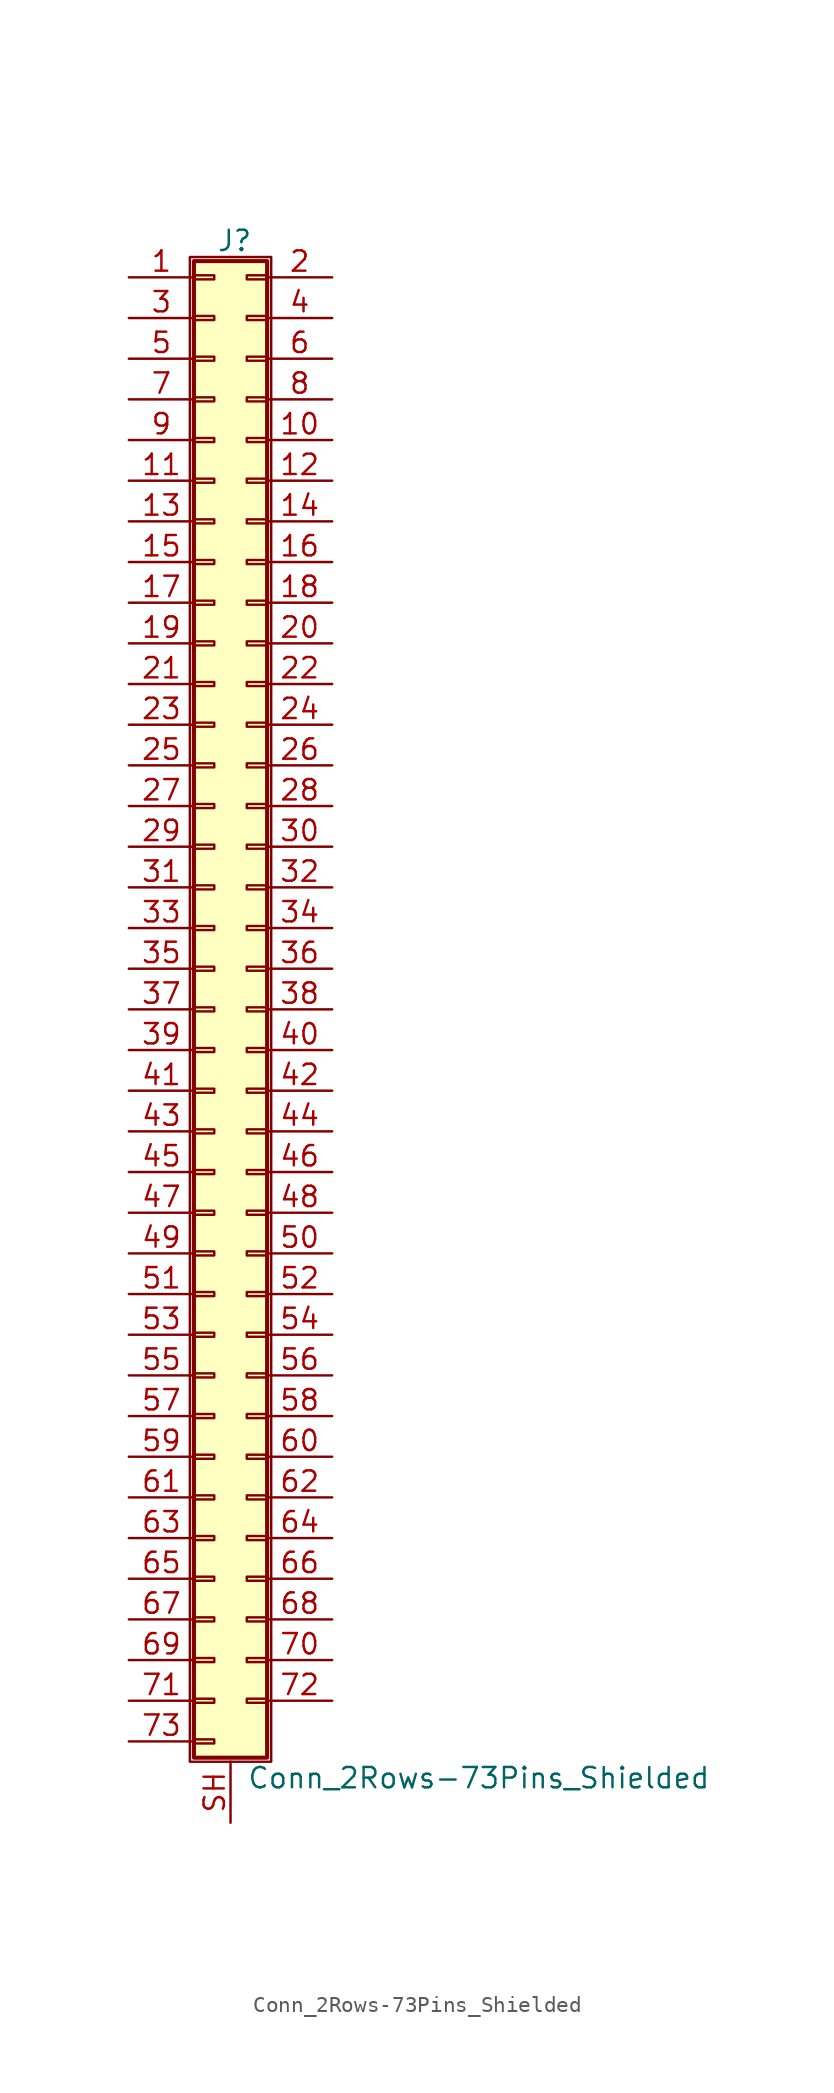
<source format=kicad_sym>
(kicad_symbol_lib
  (version 20201005)
  (generator kicad_symbol_editor)
  (symbol "Connector_Generic_Shielded:Conn_2Rows-73Pins_Shielded"
    (pin_names
      (offset 1.016) hide)
    (property "Reference" "J"
      (at 1.524 48.006 0)
      (effects (font (size 1.27 1.27))))
    (property "Value" "Conn_2Rows-73Pins_Shielded"
      (at 2.286 -48.006 0)
      (effects (font (size 1.27 1.27)) (justify left)))
    (symbol "Conn_2Rows-73Pins_Shielded_1_1"
      (rectangle (start -1.016 -27.813) (end 0.254 -28.067) (stroke (width 0.152)) (fill (type none)))
      (rectangle (start -1.016 -30.353) (end 0.254 -30.607) (stroke (width 0.152)) (fill (type none)))
      (rectangle (start -1.016 -32.893) (end 0.254 -33.147) (stroke (width 0.152)) (fill (type none)))
      (rectangle (start -1.016 -35.433) (end 0.254 -35.687) (stroke (width 0.152)) (fill (type none)))
      (rectangle (start -1.016 -37.973) (end 0.254 -38.227) (stroke (width 0.152)) (fill (type none)))
      (rectangle (start -1.016 -40.513) (end 0.254 -40.767) (stroke (width 0.152)) (fill (type none)))
      (rectangle (start -1.016 -43.053) (end 0.254 -43.307) (stroke (width 0.152)) (fill (type none)))
      (rectangle (start -1.016 -45.593) (end 0.254 -45.847) (stroke (width 0.152)) (fill (type none)))
      (rectangle (start -1.016 -4.953) (end 0.254 -5.207) (stroke (width 0.152)) (fill (type none)))
      (rectangle (start -1.016 -7.493) (end 0.254 -7.747) (stroke (width 0.152)) (fill (type none)))
      (rectangle (start -1.016 -10.033) (end 0.254 -10.287) (stroke (width 0.152)) (fill (type none)))
      (rectangle (start -1.016 -12.573) (end 0.254 -12.827) (stroke (width 0.152)) (fill (type none)))
      (rectangle (start -1.016 -15.113) (end 0.254 -15.367) (stroke (width 0.152)) (fill (type none)))
      (rectangle (start -1.016 -17.653) (end 0.254 -17.907) (stroke (width 0.152)) (fill (type none)))
      (rectangle (start -1.016 -20.193) (end 0.254 -20.447) (stroke (width 0.152)) (fill (type none)))
      (rectangle (start -1.016 -22.733) (end 0.254 -22.987) (stroke (width 0.152)) (fill (type none)))
      (rectangle (start -1.016 -2.413) (end 0.254 -2.667) (stroke (width 0.152)) (fill (type none)))
      (rectangle (start -1.016 -25.273) (end 0.254 -25.527) (stroke (width 0.152)) (fill (type none)))
      (rectangle (start -1.016 25.527) (end 0.254 25.273) (stroke (width 0.152)) (fill (type none)))
      (rectangle (start -1.016 2.667) (end 0.254 2.413) (stroke (width 0.152)) (fill (type none)))
      (rectangle (start -1.016 28.067) (end 0.254 27.813) (stroke (width 0.152)) (fill (type none)))
      (rectangle (start -1.016 30.607) (end 0.254 30.353) (stroke (width 0.152)) (fill (type none)))
      (rectangle (start -1.016 33.147) (end 0.254 32.893) (stroke (width 0.152)) (fill (type none)))
      (rectangle (start -1.016 35.687) (end 0.254 35.433) (stroke (width 0.152)) (fill (type none)))
      (rectangle (start -1.016 38.227) (end 0.254 37.973) (stroke (width 0.152)) (fill (type none)))
      (rectangle (start -1.016 40.767) (end 0.254 40.513) (stroke (width 0.152)) (fill (type none)))
      (rectangle (start -1.016 43.307) (end 0.254 43.053) (stroke (width 0.152)) (fill (type none)))
      (rectangle (start -1.016 45.847) (end 0.254 45.593) (stroke (width 0.152)) (fill (type none)))
      (rectangle (start -1.016 46.736) (end 3.556 -46.736) (stroke (width 0.254)) (fill (type background)))
      (rectangle (start -1.016 5.207) (end 0.254 4.953) (stroke (width 0.152)) (fill (type none)))
      (rectangle (start -1.016 7.747) (end 0.254 7.493) (stroke (width 0.152)) (fill (type none)))
      (rectangle (start -1.016 10.287) (end 0.254 10.033) (stroke (width 0.152)) (fill (type none)))
      (rectangle (start -1.016 0.127) (end 0.254 -0.127) (stroke (width 0.152)) (fill (type none)))
      (rectangle (start -1.016 12.827) (end 0.254 12.573) (stroke (width 0.152)) (fill (type none)))
      (rectangle (start -1.016 15.367) (end 0.254 15.113) (stroke (width 0.152)) (fill (type none)))
      (rectangle (start -1.016 17.907) (end 0.254 17.653) (stroke (width 0.152)) (fill (type none)))
      (rectangle (start -1.016 20.447) (end 0.254 20.193) (stroke (width 0.152)) (fill (type none)))
      (rectangle (start -1.016 22.987) (end 0.254 22.733) (stroke (width 0.152)) (fill (type none)))
      (rectangle (start -1.27 46.99) (end 3.81 -46.99) (stroke (width 0.152)) (fill (type none)))
      (rectangle (start 3.556 -27.813) (end 2.286 -28.067) (stroke (width 0.152)) (fill (type none)))
      (rectangle (start 3.556 -30.353) (end 2.286 -30.607) (stroke (width 0.152)) (fill (type none)))
      (rectangle (start 3.556 -32.893) (end 2.286 -33.147) (stroke (width 0.152)) (fill (type none)))
      (rectangle (start 3.556 -35.433) (end 2.286 -35.687) (stroke (width 0.152)) (fill (type none)))
      (rectangle (start 3.556 -37.973) (end 2.286 -38.227) (stroke (width 0.152)) (fill (type none)))
      (rectangle (start 3.556 -40.513) (end 2.286 -40.767) (stroke (width 0.152)) (fill (type none)))
      (rectangle (start 3.556 -43.053) (end 2.286 -43.307) (stroke (width 0.152)) (fill (type none)))
      (rectangle (start 3.556 -4.953) (end 2.286 -5.207) (stroke (width 0.152)) (fill (type none)))
      (rectangle (start 3.556 -7.493) (end 2.286 -7.747) (stroke (width 0.152)) (fill (type none)))
      (rectangle (start 3.556 -10.033) (end 2.286 -10.287) (stroke (width 0.152)) (fill (type none)))
      (rectangle (start 3.556 -12.573) (end 2.286 -12.827) (stroke (width 0.152)) (fill (type none)))
      (rectangle (start 3.556 -15.113) (end 2.286 -15.367) (stroke (width 0.152)) (fill (type none)))
      (rectangle (start 3.556 -17.653) (end 2.286 -17.907) (stroke (width 0.152)) (fill (type none)))
      (rectangle (start 3.556 -20.193) (end 2.286 -20.447) (stroke (width 0.152)) (fill (type none)))
      (rectangle (start 3.556 -22.733) (end 2.286 -22.987) (stroke (width 0.152)) (fill (type none)))
      (rectangle (start 3.556 -2.413) (end 2.286 -2.667) (stroke (width 0.152)) (fill (type none)))
      (rectangle (start 3.556 -25.273) (end 2.286 -25.527) (stroke (width 0.152)) (fill (type none)))
      (rectangle (start 3.556 25.527) (end 2.286 25.273) (stroke (width 0.152)) (fill (type none)))
      (rectangle (start 3.556 2.667) (end 2.286 2.413) (stroke (width 0.152)) (fill (type none)))
      (rectangle (start 3.556 28.067) (end 2.286 27.813) (stroke (width 0.152)) (fill (type none)))
      (rectangle (start 3.556 30.607) (end 2.286 30.353) (stroke (width 0.152)) (fill (type none)))
      (rectangle (start 3.556 33.147) (end 2.286 32.893) (stroke (width 0.152)) (fill (type none)))
      (rectangle (start 3.556 35.687) (end 2.286 35.433) (stroke (width 0.152)) (fill (type none)))
      (rectangle (start 3.556 38.227) (end 2.286 37.973) (stroke (width 0.152)) (fill (type none)))
      (rectangle (start 3.556 40.767) (end 2.286 40.513) (stroke (width 0.152)) (fill (type none)))
      (rectangle (start 3.556 43.307) (end 2.286 43.053) (stroke (width 0.152)) (fill (type none)))
      (rectangle (start 3.556 45.847) (end 2.286 45.593) (stroke (width 0.152)) (fill (type none)))
      (rectangle (start 3.556 5.207) (end 2.286 4.953) (stroke (width 0.152)) (fill (type none)))
      (rectangle (start 3.556 7.747) (end 2.286 7.493) (stroke (width 0.152)) (fill (type none)))
      (rectangle (start 3.556 10.287) (end 2.286 10.033) (stroke (width 0.152)) (fill (type none)))
      (rectangle (start 3.556 0.127) (end 2.286 -0.127) (stroke (width 0.152)) (fill (type none)))
      (rectangle (start 3.556 12.827) (end 2.286 12.573) (stroke (width 0.152)) (fill (type none)))
      (rectangle (start 3.556 15.367) (end 2.286 15.113) (stroke (width 0.152)) (fill (type none)))
      (rectangle (start 3.556 17.907) (end 2.286 17.653) (stroke (width 0.152)) (fill (type none)))
      (rectangle (start 3.556 20.447) (end 2.286 20.193) (stroke (width 0.152)) (fill (type none)))
      (rectangle (start 3.556 22.987) (end 2.286 22.733) (stroke (width 0.152)) (fill (type none)))
      (pin passive line (at -5.08 45.72 0) (length 4.064) (name "Pin_1" (effects (font (size 1.27 1.27)))) (number "1" (effects (font (size 1.27 1.27)))))
      (pin passive line (at 7.62 35.56 180) (length 4.064) (name "Pin_10" (effects (font (size 1.27 1.27)))) (number "10" (effects (font (size 1.27 1.27)))))
      (pin passive line (at -5.08 33.02 0) (length 4.064) (name "Pin_11" (effects (font (size 1.27 1.27)))) (number "11" (effects (font (size 1.27 1.27)))))
      (pin passive line (at 7.62 33.02 180) (length 4.064) (name "Pin_12" (effects (font (size 1.27 1.27)))) (number "12" (effects (font (size 1.27 1.27)))))
      (pin passive line (at -5.08 30.48 0) (length 4.064) (name "Pin_13" (effects (font (size 1.27 1.27)))) (number "13" (effects (font (size 1.27 1.27)))))
      (pin passive line (at 7.62 30.48 180) (length 4.064) (name "Pin_14" (effects (font (size 1.27 1.27)))) (number "14" (effects (font (size 1.27 1.27)))))
      (pin passive line (at -5.08 27.94 0) (length 4.064) (name "Pin_15" (effects (font (size 1.27 1.27)))) (number "15" (effects (font (size 1.27 1.27)))))
      (pin passive line (at 7.62 27.94 180) (length 4.064) (name "Pin_16" (effects (font (size 1.27 1.27)))) (number "16" (effects (font (size 1.27 1.27)))))
      (pin passive line (at -5.08 25.4 0) (length 4.064) (name "Pin_17" (effects (font (size 1.27 1.27)))) (number "17" (effects (font (size 1.27 1.27)))))
      (pin passive line (at 7.62 25.4 180) (length 4.064) (name "Pin_18" (effects (font (size 1.27 1.27)))) (number "18" (effects (font (size 1.27 1.27)))))
      (pin passive line (at -5.08 22.86 0) (length 4.064) (name "Pin_19" (effects (font (size 1.27 1.27)))) (number "19" (effects (font (size 1.27 1.27)))))
      (pin passive line (at 7.62 45.72 180) (length 4.064) (name "Pin_2" (effects (font (size 1.27 1.27)))) (number "2" (effects (font (size 1.27 1.27)))))
      (pin passive line (at 7.62 22.86 180) (length 4.064) (name "Pin_20" (effects (font (size 1.27 1.27)))) (number "20" (effects (font (size 1.27 1.27)))))
      (pin passive line (at -5.08 20.32 0) (length 4.064) (name "Pin_21" (effects (font (size 1.27 1.27)))) (number "21" (effects (font (size 1.27 1.27)))))
      (pin passive line (at 7.62 20.32 180) (length 4.064) (name "Pin_22" (effects (font (size 1.27 1.27)))) (number "22" (effects (font (size 1.27 1.27)))))
      (pin passive line (at -5.08 17.78 0) (length 4.064) (name "Pin_23" (effects (font (size 1.27 1.27)))) (number "23" (effects (font (size 1.27 1.27)))))
      (pin passive line (at 7.62 17.78 180) (length 4.064) (name "Pin_24" (effects (font (size 1.27 1.27)))) (number "24" (effects (font (size 1.27 1.27)))))
      (pin passive line (at -5.08 15.24 0) (length 4.064) (name "Pin_25" (effects (font (size 1.27 1.27)))) (number "25" (effects (font (size 1.27 1.27)))))
      (pin passive line (at 7.62 15.24 180) (length 4.064) (name "Pin_26" (effects (font (size 1.27 1.27)))) (number "26" (effects (font (size 1.27 1.27)))))
      (pin passive line (at -5.08 12.7 0) (length 4.064) (name "Pin_27" (effects (font (size 1.27 1.27)))) (number "27" (effects (font (size 1.27 1.27)))))
      (pin passive line (at 7.62 12.7 180) (length 4.064) (name "Pin_28" (effects (font (size 1.27 1.27)))) (number "28" (effects (font (size 1.27 1.27)))))
      (pin passive line (at -5.08 10.16 0) (length 4.064) (name "Pin_29" (effects (font (size 1.27 1.27)))) (number "29" (effects (font (size 1.27 1.27)))))
      (pin passive line (at -5.08 43.18 0) (length 4.064) (name "Pin_3" (effects (font (size 1.27 1.27)))) (number "3" (effects (font (size 1.27 1.27)))))
      (pin passive line (at 7.62 10.16 180) (length 4.064) (name "Pin_30" (effects (font (size 1.27 1.27)))) (number "30" (effects (font (size 1.27 1.27)))))
      (pin passive line (at -5.08 7.62 0) (length 4.064) (name "Pin_31" (effects (font (size 1.27 1.27)))) (number "31" (effects (font (size 1.27 1.27)))))
      (pin passive line (at 7.62 7.62 180) (length 4.064) (name "Pin_32" (effects (font (size 1.27 1.27)))) (number "32" (effects (font (size 1.27 1.27)))))
      (pin passive line (at -5.08 5.08 0) (length 4.064) (name "Pin_33" (effects (font (size 1.27 1.27)))) (number "33" (effects (font (size 1.27 1.27)))))
      (pin passive line (at 7.62 5.08 180) (length 4.064) (name "Pin_34" (effects (font (size 1.27 1.27)))) (number "34" (effects (font (size 1.27 1.27)))))
      (pin passive line (at -5.08 2.54 0) (length 4.064) (name "Pin_35" (effects (font (size 1.27 1.27)))) (number "35" (effects (font (size 1.27 1.27)))))
      (pin passive line (at 7.62 2.54 180) (length 4.064) (name "Pin_36" (effects (font (size 1.27 1.27)))) (number "36" (effects (font (size 1.27 1.27)))))
      (pin passive line (at -5.08 0 0) (length 4.064) (name "Pin_37" (effects (font (size 1.27 1.27)))) (number "37" (effects (font (size 1.27 1.27)))))
      (pin passive line (at 7.62 0 180) (length 4.064) (name "Pin_38" (effects (font (size 1.27 1.27)))) (number "38" (effects (font (size 1.27 1.27)))))
      (pin passive line (at -5.08 -2.54 0) (length 4.064) (name "Pin_39" (effects (font (size 1.27 1.27)))) (number "39" (effects (font (size 1.27 1.27)))))
      (pin passive line (at 7.62 43.18 180) (length 4.064) (name "Pin_4" (effects (font (size 1.27 1.27)))) (number "4" (effects (font (size 1.27 1.27)))))
      (pin passive line (at 7.62 -2.54 180) (length 4.064) (name "Pin_40" (effects (font (size 1.27 1.27)))) (number "40" (effects (font (size 1.27 1.27)))))
      (pin passive line (at -5.08 -5.08 0) (length 4.064) (name "Pin_41" (effects (font (size 1.27 1.27)))) (number "41" (effects (font (size 1.27 1.27)))))
      (pin passive line (at 7.62 -5.08 180) (length 4.064) (name "Pin_42" (effects (font (size 1.27 1.27)))) (number "42" (effects (font (size 1.27 1.27)))))
      (pin passive line (at -5.08 -7.62 0) (length 4.064) (name "Pin_43" (effects (font (size 1.27 1.27)))) (number "43" (effects (font (size 1.27 1.27)))))
      (pin passive line (at 7.62 -7.62 180) (length 4.064) (name "Pin_44" (effects (font (size 1.27 1.27)))) (number "44" (effects (font (size 1.27 1.27)))))
      (pin passive line (at -5.08 -10.16 0) (length 4.064) (name "Pin_45" (effects (font (size 1.27 1.27)))) (number "45" (effects (font (size 1.27 1.27)))))
      (pin passive line (at 7.62 -10.16 180) (length 4.064) (name "Pin_46" (effects (font (size 1.27 1.27)))) (number "46" (effects (font (size 1.27 1.27)))))
      (pin passive line (at -5.08 -12.7 0) (length 4.064) (name "Pin_47" (effects (font (size 1.27 1.27)))) (number "47" (effects (font (size 1.27 1.27)))))
      (pin passive line (at 7.62 -12.7 180) (length 4.064) (name "Pin_48" (effects (font (size 1.27 1.27)))) (number "48" (effects (font (size 1.27 1.27)))))
      (pin passive line (at -5.08 -15.24 0) (length 4.064) (name "Pin_49" (effects (font (size 1.27 1.27)))) (number "49" (effects (font (size 1.27 1.27)))))
      (pin passive line (at -5.08 40.64 0) (length 4.064) (name "Pin_5" (effects (font (size 1.27 1.27)))) (number "5" (effects (font (size 1.27 1.27)))))
      (pin passive line (at 7.62 -15.24 180) (length 4.064) (name "Pin_50" (effects (font (size 1.27 1.27)))) (number "50" (effects (font (size 1.27 1.27)))))
      (pin passive line (at -5.08 -17.78 0) (length 4.064) (name "Pin_51" (effects (font (size 1.27 1.27)))) (number "51" (effects (font (size 1.27 1.27)))))
      (pin passive line (at 7.62 -17.78 180) (length 4.064) (name "Pin_52" (effects (font (size 1.27 1.27)))) (number "52" (effects (font (size 1.27 1.27)))))
      (pin passive line (at -5.08 -20.32 0) (length 4.064) (name "Pin_53" (effects (font (size 1.27 1.27)))) (number "53" (effects (font (size 1.27 1.27)))))
      (pin passive line (at 7.62 -20.32 180) (length 4.064) (name "Pin_54" (effects (font (size 1.27 1.27)))) (number "54" (effects (font (size 1.27 1.27)))))
      (pin passive line (at -5.08 -22.86 0) (length 4.064) (name "Pin_55" (effects (font (size 1.27 1.27)))) (number "55" (effects (font (size 1.27 1.27)))))
      (pin passive line (at 7.62 -22.86 180) (length 4.064) (name "Pin_56" (effects (font (size 1.27 1.27)))) (number "56" (effects (font (size 1.27 1.27)))))
      (pin passive line (at -5.08 -25.4 0) (length 4.064) (name "Pin_57" (effects (font (size 1.27 1.27)))) (number "57" (effects (font (size 1.27 1.27)))))
      (pin passive line (at 7.62 -25.4 180) (length 4.064) (name "Pin_58" (effects (font (size 1.27 1.27)))) (number "58" (effects (font (size 1.27 1.27)))))
      (pin passive line (at -5.08 -27.94 0) (length 4.064) (name "Pin_59" (effects (font (size 1.27 1.27)))) (number "59" (effects (font (size 1.27 1.27)))))
      (pin passive line (at 7.62 40.64 180) (length 4.064) (name "Pin_6" (effects (font (size 1.27 1.27)))) (number "6" (effects (font (size 1.27 1.27)))))
      (pin passive line (at 7.62 -27.94 180) (length 4.064) (name "Pin_60" (effects (font (size 1.27 1.27)))) (number "60" (effects (font (size 1.27 1.27)))))
      (pin passive line (at -5.08 -30.48 0) (length 4.064) (name "Pin_61" (effects (font (size 1.27 1.27)))) (number "61" (effects (font (size 1.27 1.27)))))
      (pin passive line (at 7.62 -30.48 180) (length 4.064) (name "Pin_62" (effects (font (size 1.27 1.27)))) (number "62" (effects (font (size 1.27 1.27)))))
      (pin passive line (at -5.08 -33.02 0) (length 4.064) (name "Pin_63" (effects (font (size 1.27 1.27)))) (number "63" (effects (font (size 1.27 1.27)))))
      (pin passive line (at 7.62 -33.02 180) (length 4.064) (name "Pin_64" (effects (font (size 1.27 1.27)))) (number "64" (effects (font (size 1.27 1.27)))))
      (pin passive line (at -5.08 -35.56 0) (length 4.064) (name "Pin_65" (effects (font (size 1.27 1.27)))) (number "65" (effects (font (size 1.27 1.27)))))
      (pin passive line (at 7.62 -35.56 180) (length 4.064) (name "Pin_66" (effects (font (size 1.27 1.27)))) (number "66" (effects (font (size 1.27 1.27)))))
      (pin passive line (at -5.08 -38.1 0) (length 4.064) (name "Pin_67" (effects (font (size 1.27 1.27)))) (number "67" (effects (font (size 1.27 1.27)))))
      (pin passive line (at 7.62 -38.1 180) (length 4.064) (name "Pin_68" (effects (font (size 1.27 1.27)))) (number "68" (effects (font (size 1.27 1.27)))))
      (pin passive line (at -5.08 -40.64 0) (length 4.064) (name "Pin_69" (effects (font (size 1.27 1.27)))) (number "69" (effects (font (size 1.27 1.27)))))
      (pin passive line (at -5.08 38.1 0) (length 4.064) (name "Pin_7" (effects (font (size 1.27 1.27)))) (number "7" (effects (font (size 1.27 1.27)))))
      (pin passive line (at 7.62 -40.64 180) (length 4.064) (name "Pin_70" (effects (font (size 1.27 1.27)))) (number "70" (effects (font (size 1.27 1.27)))))
      (pin passive line (at -5.08 -43.18 0) (length 4.064) (name "Pin_71" (effects (font (size 1.27 1.27)))) (number "71" (effects (font (size 1.27 1.27)))))
      (pin passive line (at 7.62 -43.18 180) (length 4.064) (name "Pin_72" (effects (font (size 1.27 1.27)))) (number "72" (effects (font (size 1.27 1.27)))))
      (pin passive line (at -5.08 -45.72 0) (length 4.064) (name "Pin_73" (effects (font (size 1.27 1.27)))) (number "73" (effects (font (size 1.27 1.27)))))
      (pin passive line (at 7.62 38.1 180) (length 4.064) (name "Pin_8" (effects (font (size 1.27 1.27)))) (number "8" (effects (font (size 1.27 1.27)))))
      (pin passive line (at -5.08 35.56 0) (length 4.064) (name "Pin_9" (effects (font (size 1.27 1.27)))) (number "9" (effects (font (size 1.27 1.27)))))
      (pin passive line (at 1.27 -50.8 90) (length 3.81) (name "Shield" (effects (font (size 1.27 1.27)))) (number "SH" (effects (font (size 1.27 1.27))))))))
</source>
